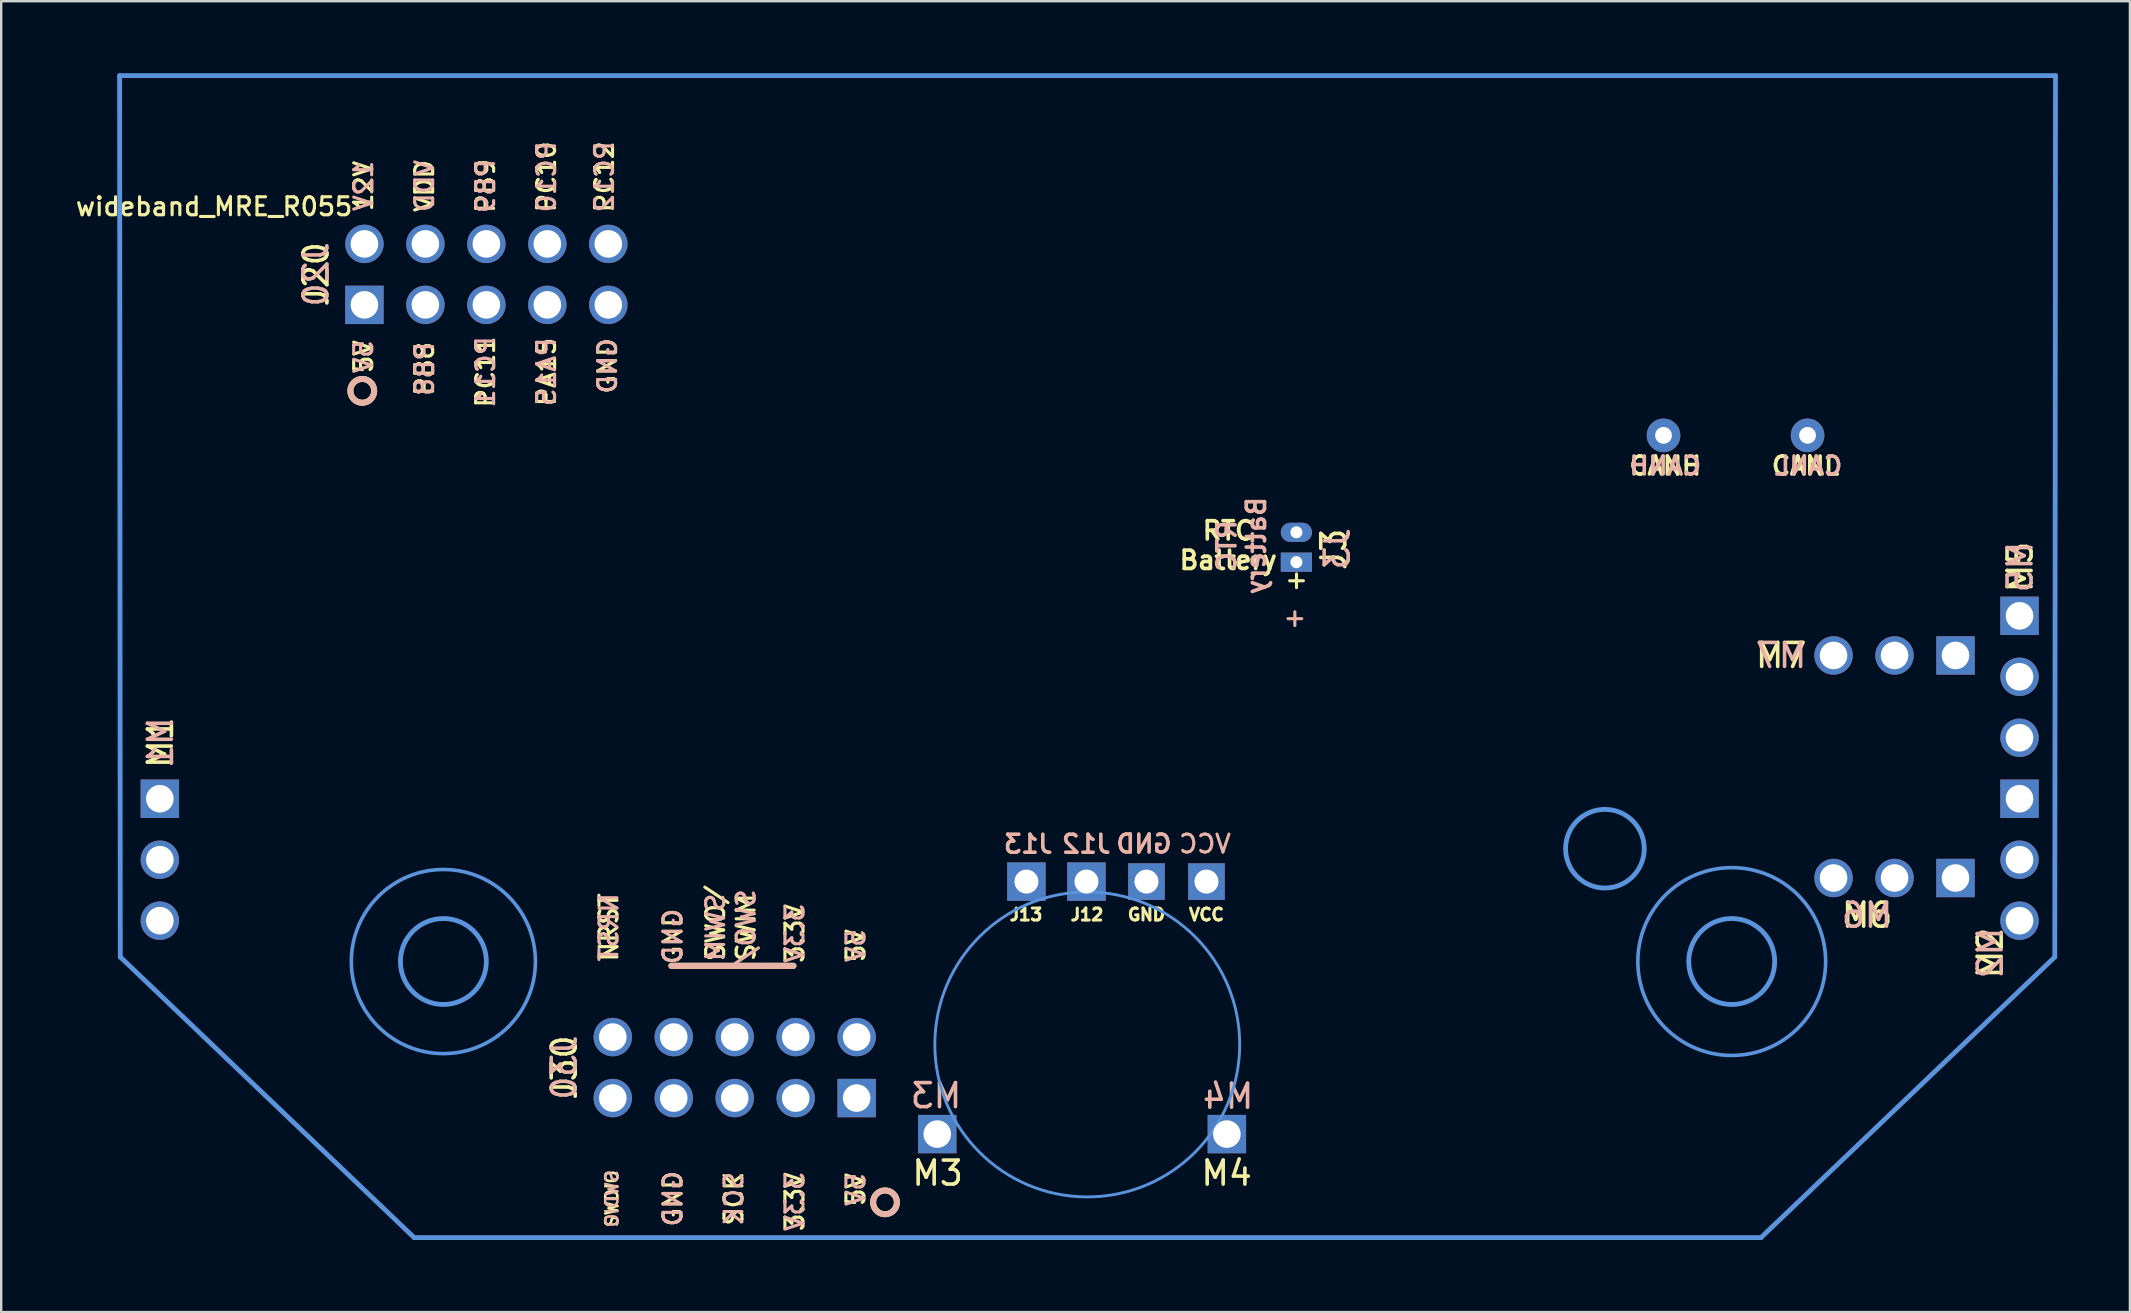
<source format=kicad_pcb>
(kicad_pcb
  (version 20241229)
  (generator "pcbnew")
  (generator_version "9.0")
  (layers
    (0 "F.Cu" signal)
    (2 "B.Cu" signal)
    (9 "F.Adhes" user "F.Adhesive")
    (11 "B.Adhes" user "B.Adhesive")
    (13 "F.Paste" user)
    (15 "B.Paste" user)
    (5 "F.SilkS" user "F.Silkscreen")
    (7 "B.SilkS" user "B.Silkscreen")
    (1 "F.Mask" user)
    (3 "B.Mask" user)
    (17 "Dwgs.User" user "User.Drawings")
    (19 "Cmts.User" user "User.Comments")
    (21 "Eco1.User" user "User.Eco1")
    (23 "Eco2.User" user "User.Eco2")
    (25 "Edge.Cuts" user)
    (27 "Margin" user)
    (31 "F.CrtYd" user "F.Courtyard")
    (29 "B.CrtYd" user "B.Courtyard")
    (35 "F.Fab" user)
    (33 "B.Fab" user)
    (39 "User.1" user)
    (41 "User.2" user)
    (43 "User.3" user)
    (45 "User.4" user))
  (footprint "wideband_MRE_R055"
    (layer "F.Cu")
    (at 42.319 23.082)
    (property "Reference" "wideband_MRE_R055" (at -36.449 -17.526 0) (layer "F.SilkS") (effects (font (size 0.75 0.75) (thickness 0.13))))
    (attr through_hole)
    (fp_line (start -17.399 14.102) (end -12.319 14.102) (stroke (width 0.254) (type solid)) (layer "F.SilkS"))
    (fp_circle (center -30.277 -9.85) (end -29.959 -9.469) (stroke (width 0.25) (type solid)) (fill no) (layer "F.SilkS"))
    (fp_circle (center -8.501 23.955) (end -8.184 24.336) (stroke (width 0.25) (type solid)) (fill no) (layer "F.SilkS"))
    (fp_line (start -17.399 14.102) (end -12.319 14.102) (stroke (width 0.254) (type solid)) (layer "B.SilkS"))
    (fp_circle (center -30.277 -9.85) (end -29.781 -9.85) (stroke (width 0.25) (type solid)) (fill no) (layer "B.SilkS"))
    (fp_circle (center -8.501 23.955) (end -8.005 23.955) (stroke (width 0.25) (type solid)) (fill no) (layer "B.SilkS"))
    (fp_line (start -40.386 -22.982) (end -40.358 13.734) (stroke (width 0.2) (type solid)) (layer "Cmts.User"))
    (fp_line (start -40.386 -22.982) (end 40.259 -22.982) (stroke (width 0.2) (type solid)) (layer "Cmts.User"))
    (fp_line (start -28.115 25.425) (end -40.358 13.734) (stroke (width 0.2) (type solid)) (layer "Cmts.User"))
    (fp_line (start -28.115 25.425) (end 27.987 25.425) (stroke (width 0.2) (type solid)) (layer "Cmts.User"))
    (fp_line (start 40.23 13.734) (end 27.987 25.425) (stroke (width 0.2) (type solid)) (layer "Cmts.User"))
    (fp_line (start 40.259 -22.982) (end 40.23 13.734) (stroke (width 0.2) (type solid)) (layer "Cmts.User"))
    (fp_circle (center -26.899 13.922) (end -25.109 13.922) (stroke (width 0.2) (type solid)) (fill no) (layer "Cmts.User"))
    (fp_circle (center -26.899 13.924) (end -30.734 13.924) (stroke (width 0.15) (type solid)) (fill no) (layer "Cmts.User"))
    (fp_circle (center -0.076 17.379) (end 6.274 17.379) (stroke (width 0.12) (type solid)) (fill no) (layer "Cmts.User"))
    (fp_circle (center 21.488 9.223) (end 23.126 9.223) (stroke (width 0.2) (type solid)) (fill no) (layer "Cmts.User"))
    (fp_circle (center 26.771 13.922) (end 28.561 13.922) (stroke (width 0.2) (type solid)) (fill no) (layer "Cmts.User"))
    (fp_circle (center 26.772 13.924) (end 22.86 13.924) (stroke (width 0.15) (type solid)) (fill no) (layer "Cmts.User"))
    (fp_text user "M1" (at -38.684 4.806 90) (layer "F.SilkS") (effects (font (size 1 1) (thickness 0.15))))
    (fp_text user "CANH" (at 24.003 -6.726 0) (layer "F.SilkS") (effects (font (size 0.75 0.75) (thickness 0.15))))
    (fp_text user "J3" (at 10.196 -3.244 90) (layer "F.SilkS") (effects (font (size 1 1) (thickness 0.15))))
    (fp_text user "PB9" (at -25.146 -18.385 270) (layer "F.SilkS") (effects (font (size 0.75 0.75) (thickness 0.13))))
    (fp_text user "NRST" (at -20.008 12.499 270) (layer "F.SilkS") (effects (font (size 0.75 0.75) (thickness 0.13))))
    (fp_text user "PA15" (at -22.606 -10.638 270) (layer "F.SilkS") (effects (font (size 0.75 0.75) (thickness 0.13))))
    (fp_text user "5V" (at -9.721 23.421 270) (layer "F.SilkS") (effects (font (size 0.75 0.75) (thickness 0.13))))
    (fp_text user "J12" (at -0.088 11.969 0) (layer "F.SilkS") (effects (font (size 0.5 0.5) (thickness 0.125))))
    (fp_text user "SWO/" (at -15.563 12.324 270) (layer "F.SilkS") (effects (font (size 0.75 0.75) (thickness 0.13))))
    (fp_text user "M2" (at 37.541 13.569 90) (layer "F.SilkS") (effects (font (size 1 1) (thickness 0.15))))
    (fp_text user "M6" (at 32.41 11.994 0) (layer "F.SilkS") (effects (font (size 1 1) (thickness 0.15))))
    (fp_text user "M5" (at 38.786 -2.51 90) (layer "F.SilkS") (effects (font (size 1 1) (thickness 0.15))))
    (fp_text user "SWIM" (at -14.293 12.499 270) (layer "F.SilkS") (effects (font (size 0.75 0.75) (thickness 0.13))))
    (fp_text user "CANL" (at 29.845 -6.726 0) (layer "F.SilkS") (effects (font (size 0.75 0.75) (thickness 0.15))))
    (fp_text user "+" (at 8.641 -1.994 0) (layer "F.SilkS") (effects (font (size 0.75 0.75) (thickness 0.13))))
    (fp_text user "VCC" (at 4.89 11.969 0) (layer "F.SilkS") (effects (font (size 0.5 0.5) (thickness 0.125))))
    (fp_text user "12V" (at -30.226 -18.385 270) (layer "F.SilkS") (effects (font (size 0.75 0.75) (thickness 0.13))))
    (fp_text user "5V" (at -9.721 13.261 270) (layer "F.SilkS") (effects (font (size 0.75 0.75) (thickness 0.13))))
    (fp_text user "PB8" (at -27.686 -10.765 270) (layer "F.SilkS") (effects (font (size 0.75 0.75) (thickness 0.13))))
    (fp_text user "GND" (at -20.066 -10.892 270) (layer "F.SilkS") (effects (font (size 0.75 0.75) (thickness 0.13))))
    (fp_text user "GND" (at -17.341 23.802 270) (layer "F.SilkS") (effects (font (size 0.75 0.75) (thickness 0.13))))
    (fp_text user "3.3V" (at -12.261 23.929 270) (layer "F.SilkS") (effects (font (size 0.75 0.75) (thickness 0.13))))
    (fp_text user "J30" (at -21.862 18.341 90) (layer "F.SilkS") (effects (font (size 1 1) (thickness 0.15))))
    (fp_text user "RTC\nBattery\n" (at 5.796 -3.411 180) (layer "F.SilkS") (effects (font (size 0.762 0.762) (thickness 0.152))))
    (fp_text user "5V" (at -30.226 -11.273 270) (layer "F.SilkS") (effects (font (size 0.75 0.75) (thickness 0.13))))
    (fp_text user "M4" (at 5.729 22.739 0) (layer "F.SilkS") (effects (font (size 1 1) (thickness 0.15))))
    (fp_text user "3.3V" (at -12.261 12.753 270) (layer "F.SilkS") (effects (font (size 0.75 0.75) (thickness 0.13))))
    (fp_text user "GND" (at -17.341 12.88 270) (layer "F.SilkS") (effects (font (size 0.75 0.75) (thickness 0.13))))
    (fp_text user "SWDIO" (at -19.881 23.802 270) (layer "F.SilkS") (effects (font (size 0.508 0.508) (thickness 0.102))))
    (fp_text user "SCK" (at -14.801 23.802 270) (layer "F.SilkS") (effects (font (size 0.75 0.75) (thickness 0.13))))
    (fp_text user "J20" (at -32.207 -14.702 90) (layer "F.SilkS") (effects (font (size 1 1) (thickness 0.15))))
    (fp_text user "M7" (at 28.829 1.173 0) (layer "F.SilkS") (effects (font (size 1 1) (thickness 0.15))))
    (fp_text user "PC11" (at -25.146 -10.638 270) (layer "F.SilkS") (effects (font (size 0.75 0.75) (thickness 0.13))))
    (fp_text user "VDD" (at -27.686 -18.385 270) (layer "F.SilkS") (effects (font (size 0.75 0.75) (thickness 0.13))))
    (fp_text user "PC12" (at -20.193 -18.766 270) (layer "F.SilkS") (effects (font (size 0.75 0.75) (thickness 0.13))))
    (fp_text user "PC10" (at -22.606 -18.766 270) (layer "F.SilkS") (effects (font (size 0.75 0.75) (thickness 0.13))))
    (fp_text user "GND" (at 2.39 11.969 0) (layer "F.SilkS") (effects (font (size 0.5 0.5) (thickness 0.125))))
    (fp_text user "J13" (at -2.628 11.969 0) (layer "F.SilkS") (effects (font (size 0.5 0.5) (thickness 0.125))))
    (fp_text user "M3" (at -6.311 22.739 0) (layer "F.SilkS") (effects (font (size 1 1) (thickness 0.15))))
    (fp_text user "12V" (at -30.226 -18.385 270) (layer "B.SilkS") (effects (font (size 0.75 0.75) (thickness 0.13)) (justify mirror)))
    (fp_text user "CANL" (at 29.972 -6.726 0) (layer "B.SilkS") (effects (font (size 0.75 0.75) (thickness 0.15)) (justify mirror)))
    (fp_text user "M6" (at 32.41 11.994 0) (layer "B.SilkS") (effects (font (size 1 1) (thickness 0.15)) (justify mirror)))
    (fp_text user "3.3V" (at -12.261 23.929 270) (layer "B.SilkS") (effects (font (size 0.75 0.75) (thickness 0.13)) (justify mirror)))
    (fp_text user "GND" (at 2.286 9.022 0) (layer "B.SilkS") (effects (font (size 0.75 0.75) (thickness 0.15)) (justify mirror)))
    (fp_text user "PC10" (at -22.606 -18.766 270) (layer "B.SilkS") (effects (font (size 0.75 0.75) (thickness 0.13)) (justify mirror)))
    (fp_text user "3.3V" (at -12.261 12.753 270) (layer "B.SilkS") (effects (font (size 0.75 0.75) (thickness 0.13)) (justify mirror)))
    (fp_text user "VDD" (at -27.686 -18.385 270) (layer "B.SilkS") (effects (font (size 0.75 0.75) (thickness 0.13)) (justify mirror)))
    (fp_text user "5V" (at -30.226 -11.273 270) (layer "B.SilkS") (effects (font (size 0.75 0.75) (thickness 0.13)) (justify mirror)))
    (fp_text user "M2" (at 37.541 13.569 90) (layer "B.SilkS") (effects (font (size 1 1) (thickness 0.15)) (justify mirror)))
    (fp_text user "SWO/" (at -14.293 12.499 270) (layer "B.SilkS") (effects (font (size 0.75 0.75) (thickness 0.13)) (justify mirror)))
    (fp_text user "J30" (at -21.862 18.341 90) (layer "B.SilkS") (effects (font (size 1 1) (thickness 0.15)) (justify mirror)))
    (fp_text user "PC12" (at -20.193 -18.766 270) (layer "B.SilkS") (effects (font (size 0.75 0.75) (thickness 0.13)) (justify mirror)))
    (fp_text user "RTC\nBattery\n" (at 6.35 -3.399 90) (layer "B.SilkS") (effects (font (size 0.762 0.762) (thickness 0.152)) (justify mirror)))
    (fp_text user "M7" (at 28.829 1.173 0) (layer "B.SilkS") (effects (font (size 1 1) (thickness 0.15)) (justify mirror)))
    (fp_text user "+" (at 8.572 -0.414 0) (layer "B.SilkS") (effects (font (size 0.75 0.75) (thickness 0.13)) (justify mirror)))
    (fp_text user "VCC" (at 4.826 9.022 0) (layer "B.SilkS") (effects (font (size 0.75 0.75) (thickness 0.125)) (justify mirror)))
    (fp_text user "SWDIO" (at -19.881 23.802 270) (layer "B.SilkS") (effects (font (size 0.508 0.508) (thickness 0.102)) (justify mirror)))
    (fp_text user "M3" (at -6.375 19.512 0) (layer "B.SilkS") (effects (font (size 1 1) (thickness 0.15)) (justify mirror)))
    (fp_text user "SCK" (at -14.801 23.802 270) (layer "B.SilkS") (effects (font (size 0.75 0.75) (thickness 0.13)) (justify mirror)))
    (fp_text user "M5" (at 38.786 -2.51 90) (layer "B.SilkS") (effects (font (size 1 1) (thickness 0.15)) (justify mirror)))
    (fp_text user "NRST" (at -20.008 12.499 270) (layer "B.SilkS") (effects (font (size 0.75 0.75) (thickness 0.13)) (justify mirror)))
    (fp_text user "J20" (at -32.207 -14.702 90) (layer "B.SilkS") (effects (font (size 1 1) (thickness 0.15)) (justify mirror)))
    (fp_text user "GND" (at -17.341 12.88 270) (layer "B.SilkS") (effects (font (size 0.75 0.75) (thickness 0.13)) (justify mirror)))
    (fp_text user "J13" (at -2.535 9.03 0) (layer "B.SilkS") (effects (font (size 0.75 0.75) (thickness 0.15)) (justify mirror)))
    (fp_text user "5V" (at -9.721 23.421 270) (layer "B.SilkS") (effects (font (size 0.75 0.75) (thickness 0.13)) (justify mirror)))
    (fp_text user "J3" (at 10.338 -3.272 90) (layer "B.SilkS") (effects (font (size 1 1) (thickness 0.15)) (justify mirror)))
    (fp_text user "M1" (at -38.684 4.806 90) (layer "B.SilkS") (effects (font (size 1 1) (thickness 0.15)) (justify mirror)))
    (fp_text user "PB9" (at -25.146 -18.385 270) (layer "B.SilkS") (effects (font (size 0.75 0.75) (thickness 0.13)) (justify mirror)))
    (fp_text user "5V" (at -9.721 13.261 270) (layer "B.SilkS") (effects (font (size 0.75 0.75) (thickness 0.13)) (justify mirror)))
    (fp_text user "PA15" (at -22.606 -10.638 270) (layer "B.SilkS") (effects (font (size 0.75 0.75) (thickness 0.13)) (justify mirror)))
    (fp_text user "CANH" (at 24.003 -6.726 0) (layer "B.SilkS") (effects (font (size 0.75 0.75) (thickness 0.15)) (justify mirror)))
    (fp_text user "M4" (at 5.791 19.538 0) (layer "B.SilkS") (effects (font (size 1 1) (thickness 0.15)) (justify mirror)))
    (fp_text user "GND" (at -20.066 -10.892 270) (layer "B.SilkS") (effects (font (size 0.75 0.75) (thickness 0.13)) (justify mirror)))
    (fp_text user "GND" (at -17.341 23.802 270) (layer "B.SilkS") (effects (font (size 0.75 0.75) (thickness 0.13)) (justify mirror)))
    (fp_text user "PB8" (at -27.686 -10.765 270) (layer "B.SilkS") (effects (font (size 0.75 0.75) (thickness 0.13)) (justify mirror)))
    (fp_text user "SWIM" (at -15.563 12.499 270) (layer "B.SilkS") (effects (font (size 0.75 0.75) (thickness 0.13)) (justify mirror)))
    (fp_text user "PC11" (at -25.146 -10.638 270) (layer "B.SilkS") (effects (font (size 0.75 0.75) (thickness 0.13)) (justify mirror)))
    (fp_text user "J12" (at -0.117 9.03 0) (layer "B.SilkS") (effects (font (size 0.75 0.75) (thickness 0.15)) (justify mirror)))
    (pad "J12" thru_hole rect (at -0.11 10.593 270) (size 1.6 1.6) (drill 1) (layers "*.Cu" "*.Mask"))
    (pad "J13" thru_hole rect (at -2.61 10.593 270) (size 1.6 1.6) (drill 1) (layers "*.Cu" "*.Mask"))
    (pad "J20" thru_hole rect (at 2.39 10.593) (size 1.524 1.524) (drill 1) (layers "*.Cu" "*.Mask"))
    (pad "J21" thru_hole rect (at 4.89 10.593) (size 1.524 1.524) (drill 1) (layers "*.Cu" "*.Mask"))
    (pad "J31" thru_hole rect (at 8.636 -2.713 270) (size 0.8 1.3) (drill 0.5) (layers "*.Cu" "*.Mask"))
    (pad "J32" thru_hole oval (at 8.636 -3.957 270) (size 0.8 1.3) (drill 0.5) (layers "*.Cu" "*.Mask"))
    (pad "J49" thru_hole circle (at 23.93 -7.996) (size 1.4 1.4) (drill 0.7) (layers "*.Cu" "*.Mask"))
    (pad "J50" thru_hole circle (at 29.93 -7.996) (size 1.4 1.4) (drill 0.7) (layers "*.Cu" "*.Mask"))
    (pad "J201" thru_hole rect (at -9.682 19.611 270) (size 1.6 1.6) (drill 1.15) (layers "*.Cu" "*.Mask"))
    (pad "J202" thru_hole circle (at -9.682 17.071 270) (size 1.6 1.6) (drill 1.15) (layers "*.Cu" "*.Mask"))
    (pad "J203" thru_hole circle (at -12.222 19.611 270) (size 1.6 1.6) (drill 1.15) (layers "*.Cu" "*.Mask"))
    (pad "J204" thru_hole circle (at -12.222 17.071 270) (size 1.6 1.6) (drill 1.15) (layers "*.Cu" "*.Mask"))
    (pad "J205" thru_hole circle (at -14.762 19.611 270) (size 1.6 1.6) (drill 1.15) (layers "*.Cu" "*.Mask"))
    (pad "J206" thru_hole circle (at -14.762 17.071 270) (size 1.6 1.6) (drill 1.15) (layers "*.Cu" "*.Mask"))
    (pad "J207" thru_hole circle (at -17.302 19.611 270) (size 1.6 1.6) (drill 1.15) (layers "*.Cu" "*.Mask"))
    (pad "J208" thru_hole circle (at -17.302 17.071 270) (size 1.6 1.6) (drill 1.15) (layers "*.Cu" "*.Mask"))
    (pad "J209" thru_hole circle (at -19.842 19.611 270) (size 1.6 1.6) (drill 1.15) (layers "*.Cu" "*.Mask"))
    (pad "J210" thru_hole circle (at -19.842 17.071 270) (size 1.6 1.6) (drill 1.15) (layers "*.Cu" "*.Mask"))
    (pad "J801" thru_hole rect (at -30.188 -13.432 270) (size 1.6 1.6) (drill 1.15) (layers "*.Cu" "*.Mask"))
    (pad "J802" thru_hole circle (at -30.188 -15.972 270) (size 1.6 1.6) (drill 1.15) (layers "*.Cu" "*.Mask"))
    (pad "J803" thru_hole circle (at -27.648 -13.432 270) (size 1.6 1.6) (drill 1.15) (layers "*.Cu" "*.Mask"))
    (pad "J804" thru_hole circle (at -27.648 -15.972 270) (size 1.6 1.6) (drill 1.15) (layers "*.Cu" "*.Mask"))
    (pad "J805" thru_hole circle (at -25.108 -13.432 270) (size 1.6 1.6) (drill 1.15) (layers "*.Cu" "*.Mask"))
    (pad "J806" thru_hole circle (at -25.108 -15.972 270) (size 1.6 1.6) (drill 1.15) (layers "*.Cu" "*.Mask"))
    (pad "J807" thru_hole circle (at -22.568 -13.432 270) (size 1.6 1.6) (drill 1.15) (layers "*.Cu" "*.Mask"))
    (pad "J808" thru_hole circle (at -22.568 -15.972 270) (size 1.6 1.6) (drill 1.15) (layers "*.Cu" "*.Mask"))
    (pad "J809" thru_hole circle (at -20.028 -13.432 270) (size 1.6 1.6) (drill 1.15) (layers "*.Cu" "*.Mask"))
    (pad "J810" thru_hole circle (at -20.028 -15.972 270) (size 1.6 1.6) (drill 1.15) (layers "*.Cu" "*.Mask"))
    (pad "M3" thru_hole rect (at -6.325 21.112 270) (size 1.6 1.6) (drill 1.15) (layers "*.Cu" "*.Mask"))
    (pad "M4" thru_hole rect (at 5.74 21.112 270) (size 1.6 1.6) (drill 1.15) (layers "*.Cu" "*.Mask"))
    (pad "M11" thru_hole rect (at -38.71 7.142 270) (size 1.6 1.6) (drill 1.15) (layers "*.Cu" "*.Mask"))
    (pad "M12" thru_hole circle (at -38.71 9.682 270) (size 1.6 1.6) (drill 1.15) (layers "*.Cu" "*.Mask"))
    (pad "M13" thru_hole circle (at -38.71 12.222 270) (size 1.6 1.6) (drill 1.15) (layers "*.Cu" "*.Mask"))
    (pad "M21" thru_hole rect (at 38.76 7.142 270) (size 1.6 1.6) (drill 1.15) (layers "*.Cu" "*.Mask"))
    (pad "M22" thru_hole circle (at 38.76 9.682 270) (size 1.6 1.6) (drill 1.15) (layers "*.Cu" "*.Mask"))
    (pad "M23" thru_hole circle (at 38.76 12.222 270) (size 1.6 1.6) (drill 1.15) (layers "*.Cu" "*.Mask"))
    (pad "M51" thru_hole rect (at 38.76 -0.478 270) (size 1.6 1.6) (drill 1.15) (layers "*.Cu" "*.Mask"))
    (pad "M52" thru_hole circle (at 38.76 2.062 270) (size 1.6 1.6) (drill 1.15) (layers "*.Cu" "*.Mask"))
    (pad "M53" thru_hole circle (at 38.76 4.602 270) (size 1.6 1.6) (drill 1.15) (layers "*.Cu" "*.Mask"))
    (pad "M61" thru_hole rect (at 36.093 10.444 270) (size 1.6 1.6) (drill 1.15) (layers "*.Cu" "*.Mask"))
    (pad "M62" thru_hole circle (at 33.553 10.444 270) (size 1.6 1.6) (drill 1.15) (layers "*.Cu" "*.Mask"))
    (pad "M63" thru_hole circle (at 31.013 10.444 270) (size 1.6 1.6) (drill 1.15) (layers "*.Cu" "*.Mask"))
    (pad "M71" thru_hole rect (at 36.093 1.173 270) (size 1.6 1.6) (drill 1.15) (layers "*.Cu" "*.Mask"))
    (pad "M72" thru_hole circle (at 33.553 1.173 270) (size 1.6 1.6) (drill 1.15) (layers "*.Cu" "*.Mask"))
    (pad "M73" thru_hole circle (at 31.013 1.173 270) (size 1.6 1.6) (drill 1.15) (layers "*.Cu" "*.Mask")))
  (gr_rect
    (start -3 -3)
    (end 85.678 51.607)
    (stroke (width 0.1) (type default))
    (fill no)
    (layer "Edge.Cuts")))
</source>
